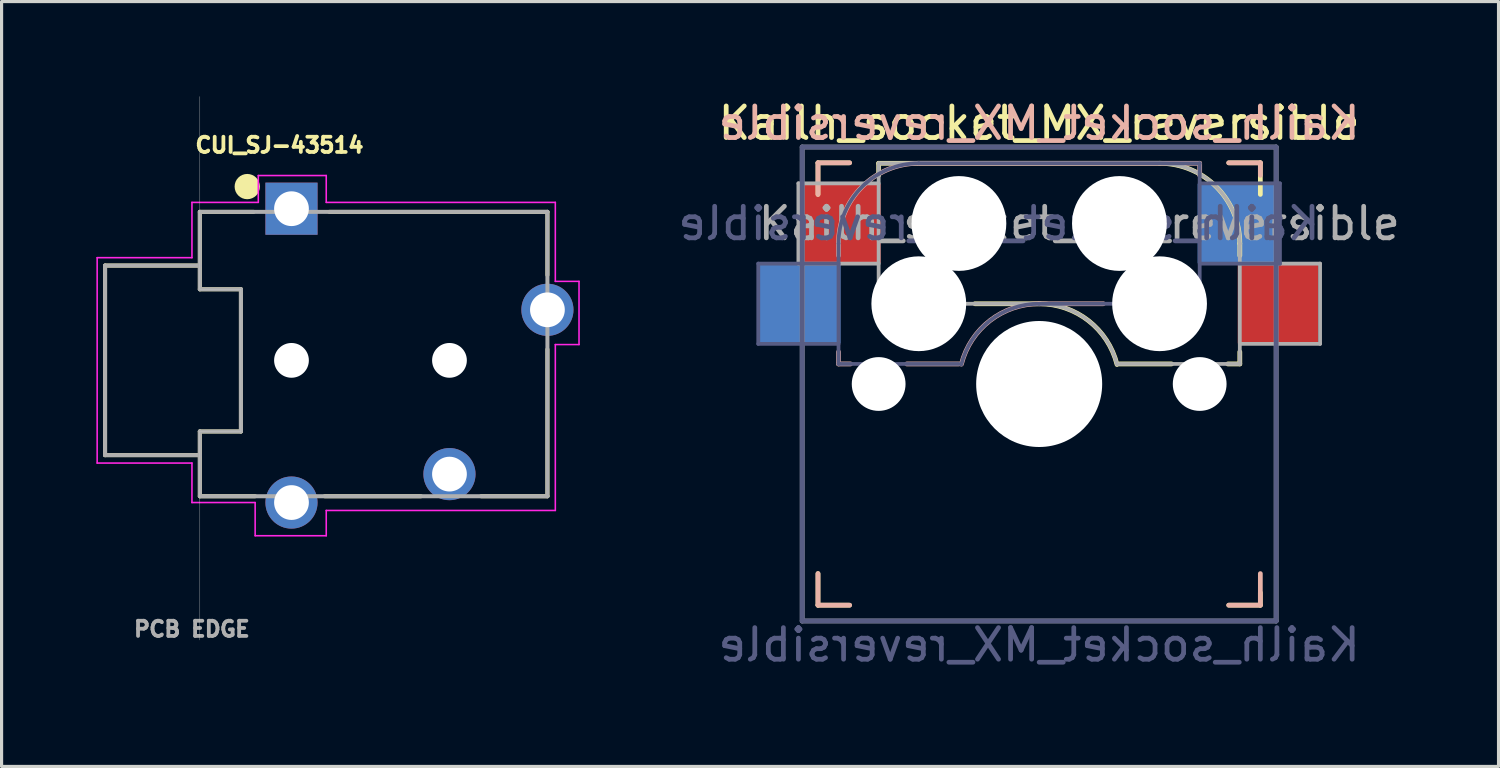
<source format=kicad_pcb>
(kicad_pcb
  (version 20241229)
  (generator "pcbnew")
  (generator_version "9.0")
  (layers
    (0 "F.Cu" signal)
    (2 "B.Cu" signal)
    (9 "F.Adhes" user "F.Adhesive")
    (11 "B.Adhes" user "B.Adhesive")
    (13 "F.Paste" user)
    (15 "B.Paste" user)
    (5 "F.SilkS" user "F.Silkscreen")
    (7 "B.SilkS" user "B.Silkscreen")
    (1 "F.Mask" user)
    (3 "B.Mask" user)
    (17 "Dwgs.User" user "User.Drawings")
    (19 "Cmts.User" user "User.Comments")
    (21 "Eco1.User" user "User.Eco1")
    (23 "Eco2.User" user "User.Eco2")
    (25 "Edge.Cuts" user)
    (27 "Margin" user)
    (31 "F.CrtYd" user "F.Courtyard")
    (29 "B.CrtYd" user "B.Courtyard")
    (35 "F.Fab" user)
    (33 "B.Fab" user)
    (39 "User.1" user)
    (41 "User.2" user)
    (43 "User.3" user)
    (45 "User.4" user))
  (footprint "CUI_SJ-43514"
    (layer "F.Cu")
    (at 8.775 8.355)
    (property "Reference" "CUI_SJ-43514" (at -2.98 -6.813 0) (layer "F.SilkS") (effects (font (size 0.481 0.481) (thickness 0.12))))
    (attr through_hole)
    (fp_line (start -8.5 -3) (end -5.5 -3) (stroke (width 0.127) (type solid)) (layer "F.SilkS"))
    (fp_line (start -8.5 3) (end -8.5 -3) (stroke (width 0.127) (type solid)) (layer "F.SilkS"))
    (fp_line (start -5.5 -4.7) (end -5.5 -3) (stroke (width 0.127) (type solid)) (layer "F.SilkS"))
    (fp_line (start -5.5 -3) (end -5.5 -2.25) (stroke (width 0.127) (type solid)) (layer "F.SilkS"))
    (fp_line (start -5.5 -2.25) (end -4.2 -2.25) (stroke (width 0.127) (type solid)) (layer "F.SilkS"))
    (fp_line (start -5.5 2.25) (end -5.5 3) (stroke (width 0.127) (type solid)) (layer "F.SilkS"))
    (fp_line (start -5.5 3) (end -8.5 3) (stroke (width 0.127) (type solid)) (layer "F.SilkS"))
    (fp_line (start -5.5 3) (end -5.5 4.3) (stroke (width 0.127) (type solid)) (layer "F.SilkS"))
    (fp_line (start -5.5 4.3) (end -3.75 4.3) (stroke (width 0.127) (type solid)) (layer "F.SilkS"))
    (fp_line (start -4.2 -2.25) (end -4.2 2.25) (stroke (width 0.127) (type solid)) (layer "F.SilkS"))
    (fp_line (start -4.2 2.25) (end -5.5 2.25) (stroke (width 0.127) (type solid)) (layer "F.SilkS"))
    (fp_line (start -3.8 -4.7) (end -5.5 -4.7) (stroke (width 0.127) (type solid)) (layer "F.SilkS"))
    (fp_line (start -1.4 -4.7) (end 5.5 -4.7) (stroke (width 0.127) (type solid)) (layer "F.SilkS"))
    (fp_line (start 1.5 4.3) (end -1.55 4.3) (stroke (width 0.127) (type solid)) (layer "F.SilkS"))
    (fp_line (start 5.5 -4.7) (end 5.5 -2.7) (stroke (width 0.127) (type solid)) (layer "F.SilkS"))
    (fp_line (start 5.5 -0.35) (end 5.5 4.3) (stroke (width 0.127) (type solid)) (layer "F.SilkS"))
    (fp_line (start 5.5 4.3) (end 3.4 4.3) (stroke (width 0.127) (type solid)) (layer "F.SilkS"))
    (fp_circle (center -4 -5.5) (end -3.8 -5.5) (stroke (width 0.4) (type solid)) (fill no) (layer "F.SilkS"))
    (fp_line (start -5.5 -8.35) (end -5.5 -2.25) (stroke (width 0.01) (type solid)) (layer "Edge.Cuts"))
    (fp_line (start -5.5 -2.25) (end -4.2 -2.25) (stroke (width 0.01) (type solid)) (layer "Edge.Cuts"))
    (fp_line (start -5.5 2.25) (end -5.5 8.85) (stroke (width 0.01) (type solid)) (layer "Edge.Cuts"))
    (fp_line (start -4.2 -2.25) (end -4.2 2.25) (stroke (width 0.01) (type solid)) (layer "Edge.Cuts"))
    (fp_line (start -4.2 2.25) (end -5.5 2.25) (stroke (width 0.01) (type solid)) (layer "Edge.Cuts"))
    (fp_line (start -8.75 -3.25) (end -5.75 -3.25) (stroke (width 0.05) (type solid)) (layer "F.CrtYd"))
    (fp_line (start -8.75 3.25) (end -8.75 -3.25) (stroke (width 0.05) (type solid)) (layer "F.CrtYd"))
    (fp_line (start -5.75 -5) (end -3.65 -5) (stroke (width 0.05) (type solid)) (layer "F.CrtYd"))
    (fp_line (start -5.75 -3.25) (end -5.75 -5) (stroke (width 0.05) (type solid)) (layer "F.CrtYd"))
    (fp_line (start -5.75 3.25) (end -8.75 3.25) (stroke (width 0.05) (type solid)) (layer "F.CrtYd"))
    (fp_line (start -5.75 4.5) (end -5.75 3.25) (stroke (width 0.05) (type solid)) (layer "F.CrtYd"))
    (fp_line (start -3.75 4.5) (end -5.75 4.5) (stroke (width 0.05) (type solid)) (layer "F.CrtYd"))
    (fp_line (start -3.75 5.55) (end -3.75 4.5) (stroke (width 0.05) (type solid)) (layer "F.CrtYd"))
    (fp_line (start -3.65 -5.85) (end -1.5 -5.85) (stroke (width 0.05) (type solid)) (layer "F.CrtYd"))
    (fp_line (start -3.65 -5) (end -3.65 -5.85) (stroke (width 0.05) (type solid)) (layer "F.CrtYd"))
    (fp_line (start -1.5 -5.85) (end -1.5 -5) (stroke (width 0.05) (type solid)) (layer "F.CrtYd"))
    (fp_line (start -1.5 -5) (end 5.75 -5) (stroke (width 0.05) (type solid)) (layer "F.CrtYd"))
    (fp_line (start -1.5 4.75) (end -1.5 5.55) (stroke (width 0.05) (type solid)) (layer "F.CrtYd"))
    (fp_line (start -1.5 5.55) (end -3.75 5.55) (stroke (width 0.05) (type solid)) (layer "F.CrtYd"))
    (fp_line (start 5.75 -5) (end 5.75 -2.5) (stroke (width 0.05) (type solid)) (layer "F.CrtYd"))
    (fp_line (start 5.75 -2.5) (end 6.5 -2.5) (stroke (width 0.05) (type solid)) (layer "F.CrtYd"))
    (fp_line (start 5.75 -0.5) (end 5.75 4.75) (stroke (width 0.05) (type solid)) (layer "F.CrtYd"))
    (fp_line (start 5.75 4.75) (end -1.5 4.75) (stroke (width 0.05) (type solid)) (layer "F.CrtYd"))
    (fp_line (start 6.5 -2.5) (end 6.5 -0.5) (stroke (width 0.05) (type solid)) (layer "F.CrtYd"))
    (fp_line (start 6.5 -0.5) (end 5.75 -0.5) (stroke (width 0.05) (type solid)) (layer "F.CrtYd"))
    (fp_line (start -8.5 -3) (end -8.5 3) (stroke (width 0.127) (type solid)) (layer "F.Fab"))
    (fp_line (start -8.5 3) (end -5.5 3) (stroke (width 0.127) (type solid)) (layer "F.Fab"))
    (fp_line (start -5.5 -4.7) (end -5.5 -3) (stroke (width 0.127) (type solid)) (layer "F.Fab"))
    (fp_line (start -5.5 -4.7) (end 5.5 -4.7) (stroke (width 0.127) (type solid)) (layer "F.Fab"))
    (fp_line (start -5.5 -3) (end -8.5 -3) (stroke (width 0.127) (type solid)) (layer "F.Fab"))
    (fp_line (start -5.5 -3) (end -5.5 -2.25) (stroke (width 0.127) (type solid)) (layer "F.Fab"))
    (fp_line (start -5.5 -2.25) (end -4.2 -2.25) (stroke (width 0.127) (type solid)) (layer "F.Fab"))
    (fp_line (start -5.5 2.25) (end -5.5 3) (stroke (width 0.127) (type solid)) (layer "F.Fab"))
    (fp_line (start -5.5 3) (end -5.5 4.3) (stroke (width 0.127) (type solid)) (layer "F.Fab"))
    (fp_line (start -5.5 4.3) (end 5.5 4.3) (stroke (width 0.127) (type solid)) (layer "F.Fab"))
    (fp_line (start -4.2 -2.25) (end -4.2 2.25) (stroke (width 0.127) (type solid)) (layer "F.Fab"))
    (fp_line (start -4.2 2.25) (end -5.5 2.25) (stroke (width 0.127) (type solid)) (layer "F.Fab"))
    (fp_line (start 5.5 -4.7) (end 5.5 4.3) (stroke (width 0.127) (type solid)) (layer "F.Fab"))
    (fp_text user "PCB EDGE" (at -5.753 8.505 0) (layer "F.Fab") (effects (font (size 0.48 0.48) (thickness 0.15))))
    (pad "" np_thru_hole circle (at -2.6 0) (size 1.1 1.1) (drill 1.1) (layers "*.Cu" "*.Mask"))
    (pad "" np_thru_hole circle (at 2.4 0) (size 1.1 1.1) (drill 1.1) (layers "*.Cu" "*.Mask"))
    (pad "1" thru_hole rect (at -2.6 -4.8) (size 1.65 1.65) (drill 1.1) (layers "*.Cu" "*.Mask"))
    (pad "2" thru_hole circle (at 2.4 3.6) (size 1.65 1.65) (drill 1.1) (layers "*.Cu" "*.Mask"))
    (pad "3" thru_hole circle (at 5.5 -1.6) (size 1.65 1.65) (drill 1.1) (layers "*.Cu" "*.Mask"))
    (pad "4" thru_hole circle (at -2.6 4.5) (size 1.65 1.65) (drill 1.1) (layers "*.Cu" "*.Mask")))
  (footprint "Kailh_socket_MX_reversible"
    (layer "F.Cu")
    (at 29.838 9.103)
    (property "Reference" "Kailh_socket_MX_reversible" (at 0 -8.255 0) (layer "F.SilkS") (effects (font (size 1 1) (thickness 0.15))))
    (property "Value" "Kailh_socket_MX_reversible" (at 0 8.255 0) (layer "F.Fab") (hide yes) (effects (font (size 1 1) (thickness 0.15))))
    (attr smd)
    (fp_line (start -7 -7) (end -6 -7) (stroke (width 0.15) (type solid)) (layer "F.SilkS"))
    (fp_line (start -7 -6) (end -7 -7) (stroke (width 0.15) (type solid)) (layer "F.SilkS"))
    (fp_line (start -7 7) (end -7 6) (stroke (width 0.15) (type solid)) (layer "F.SilkS"))
    (fp_line (start -6 7) (end -7 7) (stroke (width 0.15) (type solid)) (layer "F.SilkS"))
    (fp_line (start -5.08 -6.985) (end 3.81 -6.985) (stroke (width 0.15) (type solid)) (layer "F.SilkS"))
    (fp_line (start -5.08 -6.604) (end -5.08 -6.985) (stroke (width 0.15) (type solid)) (layer "F.SilkS"))
    (fp_line (start 0 -2.54) (end -2.032 -2.54) (stroke (width 0.15) (type solid)) (layer "F.SilkS"))
    (fp_line (start 4.191 -0.635) (end 2.54 -0.635) (stroke (width 0.15) (type solid)) (layer "F.SilkS"))
    (fp_line (start 6 -7) (end 7 -7) (stroke (width 0.15) (type solid)) (layer "F.SilkS"))
    (fp_line (start 6.35 -4.445) (end 6.35 -4.064) (stroke (width 0.15) (type solid)) (layer "F.SilkS"))
    (fp_line (start 6.35 -1.016) (end 6.35 -0.635) (stroke (width 0.15) (type solid)) (layer "F.SilkS"))
    (fp_line (start 6.35 -0.635) (end 5.969 -0.635) (stroke (width 0.15) (type solid)) (layer "F.SilkS"))
    (fp_line (start 7 -7) (end 7 -6) (stroke (width 0.15) (type solid)) (layer "F.SilkS"))
    (fp_line (start 7 6.604) (end 7 7) (stroke (width 0.15) (type solid)) (layer "F.SilkS"))
    (fp_line (start 7 7) (end 6 7) (stroke (width 0.15) (type solid)) (layer "F.SilkS"))
    (fp_arc (start 0 -2.54) (mid 1.563147 -2.002042) (end 2.464162 -0.61604) (stroke (width 0.15) (type solid)) (layer "F.SilkS"))
    (fp_arc (start 3.81 -6.985) (mid 5.606051 -6.241051) (end 6.35 -4.445) (stroke (width 0.15) (type solid)) (layer "F.SilkS"))
    (fp_line (start -7 -7) (end -6 -7) (stroke (width 0.15) (type solid)) (layer "B.SilkS"))
    (fp_line (start -7 -6) (end -7 -7) (stroke (width 0.15) (type solid)) (layer "B.SilkS"))
    (fp_line (start -7 7) (end -7 6) (stroke (width 0.15) (type solid)) (layer "B.SilkS"))
    (fp_line (start -6.35 -4.445) (end -6.35 -4.064) (stroke (width 0.15) (type solid)) (layer "B.SilkS"))
    (fp_line (start -6.35 -1.016) (end -6.35 -0.635) (stroke (width 0.15) (type solid)) (layer "B.SilkS"))
    (fp_line (start -6.35 -0.635) (end -5.969 -0.635) (stroke (width 0.15) (type solid)) (layer "B.SilkS"))
    (fp_line (start -6 7) (end -7 7) (stroke (width 0.15) (type solid)) (layer "B.SilkS"))
    (fp_line (start -4.191 -0.635) (end -2.54 -0.635) (stroke (width 0.15) (type solid)) (layer "B.SilkS"))
    (fp_line (start 0 -2.54) (end 2.032 -2.54) (stroke (width 0.15) (type solid)) (layer "B.SilkS"))
    (fp_line (start 5.08 -6.985) (end -3.81 -6.985) (stroke (width 0.15) (type solid)) (layer "B.SilkS"))
    (fp_line (start 5.08 -6.604) (end 5.08 -6.985) (stroke (width 0.15) (type solid)) (layer "B.SilkS"))
    (fp_line (start 6 -7) (end 7 -7) (stroke (width 0.15) (type solid)) (layer "B.SilkS"))
    (fp_line (start 7 -7) (end 7 -6.604) (stroke (width 0.15) (type solid)) (layer "B.SilkS"))
    (fp_line (start 7 6) (end 7 7) (stroke (width 0.15) (type solid)) (layer "B.SilkS"))
    (fp_line (start 7 7) (end 6 7) (stroke (width 0.15) (type solid)) (layer "B.SilkS"))
    (fp_arc (start -6.35 -4.445) (mid -5.606051 -6.241051) (end -3.81 -6.985) (stroke (width 0.15) (type solid)) (layer "B.SilkS"))
    (fp_arc (start -2.461268 -0.627503) (mid -1.558484 -2.005674) (end 0 -2.54) (stroke (width 0.15) (type solid)) (layer "B.SilkS"))
    (fp_line (start -6.9 6.9) (end -6.9 -6.9) (stroke (width 0.15) (type solid)) (layer "Eco2.User"))
    (fp_line (start -6.9 6.9) (end 6.9 6.9) (stroke (width 0.15) (type solid)) (layer "Eco2.User"))
    (fp_line (start 6.9 -6.9) (end -6.9 -6.9) (stroke (width 0.15) (type solid)) (layer "Eco2.User"))
    (fp_line (start 6.9 -6.9) (end 6.9 6.9) (stroke (width 0.15) (type solid)) (layer "Eco2.User"))
    (fp_line (start -8.89 -3.81) (end -8.89 -1.27) (stroke (width 0.12) (type solid)) (layer "B.Fab"))
    (fp_line (start -8.89 -1.27) (end -6.35 -1.27) (stroke (width 0.12) (type solid)) (layer "B.Fab"))
    (fp_line (start -7.5 -7.5) (end 7.5 -7.5) (stroke (width 0.15) (type solid)) (layer "B.Fab"))
    (fp_line (start -7.5 7.5) (end -7.5 -7.5) (stroke (width 0.15) (type solid)) (layer "B.Fab"))
    (fp_line (start -6.35 -4.445) (end -6.35 -0.635) (stroke (width 0.12) (type solid)) (layer "B.Fab"))
    (fp_line (start -6.35 -3.81) (end -8.89 -3.81) (stroke (width 0.12) (type solid)) (layer "B.Fab"))
    (fp_line (start -6.35 -0.635) (end -2.54 -0.635) (stroke (width 0.12) (type solid)) (layer "B.Fab"))
    (fp_line (start 0 -2.54) (end 5.08 -2.54) (stroke (width 0.12) (type solid)) (layer "B.Fab"))
    (fp_line (start 5.08 -6.985) (end -3.81 -6.985) (stroke (width 0.12) (type solid)) (layer "B.Fab"))
    (fp_line (start 5.08 -3.81) (end 7.62 -3.81) (stroke (width 0.12) (type solid)) (layer "B.Fab"))
    (fp_line (start 5.08 -2.54) (end 5.08 -6.985) (stroke (width 0.12) (type solid)) (layer "B.Fab"))
    (fp_line (start 7.5 -7.5) (end 7.5 7.5) (stroke (width 0.15) (type solid)) (layer "B.Fab"))
    (fp_line (start 7.5 7.5) (end -7.5 7.5) (stroke (width 0.15) (type solid)) (layer "B.Fab"))
    (fp_line (start 7.62 -6.35) (end 5.08 -6.35) (stroke (width 0.12) (type solid)) (layer "B.Fab"))
    (fp_line (start 7.62 -3.81) (end 7.62 -6.35) (stroke (width 0.12) (type solid)) (layer "B.Fab"))
    (fp_arc (start -6.35 -4.445) (mid -5.606051 -6.241051) (end -3.81 -6.985) (stroke (width 0.12) (type solid)) (layer "B.Fab"))
    (fp_arc (start -2.464162 -0.61604) (mid -1.563147 -2.002042) (end 0 -2.54) (stroke (width 0.12) (type solid)) (layer "B.Fab"))
    (fp_line (start -7.62 -6.35) (end -7.62 -3.81) (stroke (width 0.12) (type solid)) (layer "F.Fab"))
    (fp_line (start -7.62 -3.81) (end -5.08 -3.81) (stroke (width 0.12) (type solid)) (layer "F.Fab"))
    (fp_line (start -7.5 -7.5) (end 7.5 -7.5) (stroke (width 0.15) (type solid)) (layer "F.Fab"))
    (fp_line (start -7.5 7.5) (end -7.5 -7.5) (stroke (width 0.15) (type solid)) (layer "F.Fab"))
    (fp_line (start -5.08 -6.985) (end -5.08 -2.54) (stroke (width 0.12) (type solid)) (layer "F.Fab"))
    (fp_line (start -5.08 -6.35) (end -7.62 -6.35) (stroke (width 0.12) (type solid)) (layer "F.Fab"))
    (fp_line (start -5.08 -2.54) (end 0 -2.54) (stroke (width 0.12) (type solid)) (layer "F.Fab"))
    (fp_line (start 2.54 -0.635) (end 6.35 -0.635) (stroke (width 0.12) (type solid)) (layer "F.Fab"))
    (fp_line (start 3.81 -6.985) (end -5.08 -6.985) (stroke (width 0.12) (type solid)) (layer "F.Fab"))
    (fp_line (start 6.35 -1.27) (end 8.89 -1.27) (stroke (width 0.12) (type solid)) (layer "F.Fab"))
    (fp_line (start 6.35 -0.635) (end 6.35 -4.445) (stroke (width 0.12) (type solid)) (layer "F.Fab"))
    (fp_line (start 7.5 -7.5) (end 7.5 7.5) (stroke (width 0.15) (type solid)) (layer "F.Fab"))
    (fp_line (start 7.5 7.5) (end -7.5 7.5) (stroke (width 0.15) (type solid)) (layer "F.Fab"))
    (fp_line (start 8.89 -3.81) (end 6.35 -3.81) (stroke (width 0.12) (type solid)) (layer "F.Fab"))
    (fp_line (start 8.89 -1.27) (end 8.89 -3.81) (stroke (width 0.12) (type solid)) (layer "F.Fab"))
    (fp_arc (start 0 -2.539999) (mid 1.563146 -2.002041) (end 2.464161 -0.61604) (stroke (width 0.12) (type solid)) (layer "F.Fab"))
    (fp_arc (start 3.81 -6.985) (mid 5.606051 -6.241051) (end 6.35 -4.445) (stroke (width 0.12) (type solid)) (layer "F.Fab"))
    (fp_rect (start -1.6 3.33) (end 1.6 6.129) (stroke (width 0.1) (type default)) (fill no) (layer "User.1"))
    (fp_text user "${REFERENCE}" (at 0 -8.255 0) (layer "B.SilkS") (effects (font (size 1 1) (thickness 0.15)) (justify mirror)))
    (fp_text user "${REFERENCE}" (at -1.27 -5.08 0) (layer "B.Fab") (effects (font (size 1 1) (thickness 0.15)) (justify mirror)))
    (fp_text user "${VALUE}" (at 0 8.255 0) (layer "B.Fab") (effects (font (size 1 1) (thickness 0.15)) (justify mirror)))
    (fp_text user "${REFERENCE}" (at 1.27 -5.08 180) (layer "F.Fab") (effects (font (size 1 1) (thickness 0.15))))
    (pad "" np_thru_hole circle (at -5.08 0) (size 1.702 1.702) (drill 1.702) (layers "*.Cu" "*.Mask"))
    (pad "" np_thru_hole circle (at -3.81 -2.54) (size 3 3) (drill 3) (layers "*.Cu" "*.Mask"))
    (pad "" np_thru_hole circle (at -2.54 -5.08 180) (size 3 3) (drill 3) (layers "*.Cu" "*.Mask"))
    (pad "" np_thru_hole circle (at 0 0) (size 3.988 3.988) (drill 3.988) (layers "*.Cu" "*.Mask"))
    (pad "" np_thru_hole circle (at 2.54 -5.08) (size 3 3) (drill 3) (layers "*.Cu" "*.Mask"))
    (pad "" np_thru_hole circle (at 3.81 -2.54 180) (size 3 3) (drill 3) (layers "*.Cu" "*.Mask"))
    (pad "" np_thru_hole circle (at 5.08 0) (size 1.702 1.702) (drill 1.702) (layers "*.Cu" "*.Mask"))
    (pad "1" smd rect (at -6.29 -5.08 180) (size 2.55 2.5) (layers "F.Cu" "F.Mask" "F.Paste"))
    (pad "1" smd rect (at 6.29 -5.08) (size 2.55 2.5) (layers "B.Cu" "B.Mask" "B.Paste"))
    (pad "2" smd rect (at -7.56 -2.54) (size 2.55 2.5) (layers "B.Cu" "B.Mask" "B.Paste"))
    (pad "2" smd rect (at 7.56 -2.54 180) (size 2.55 2.5) (layers "F.Cu" "F.Mask" "F.Paste")))
  (gr_rect
    (start -3 -3)
    (end 44.376 21.206)
    (stroke (width 0.1) (type default))
    (fill no)
    (layer "Edge.Cuts")))
</source>
